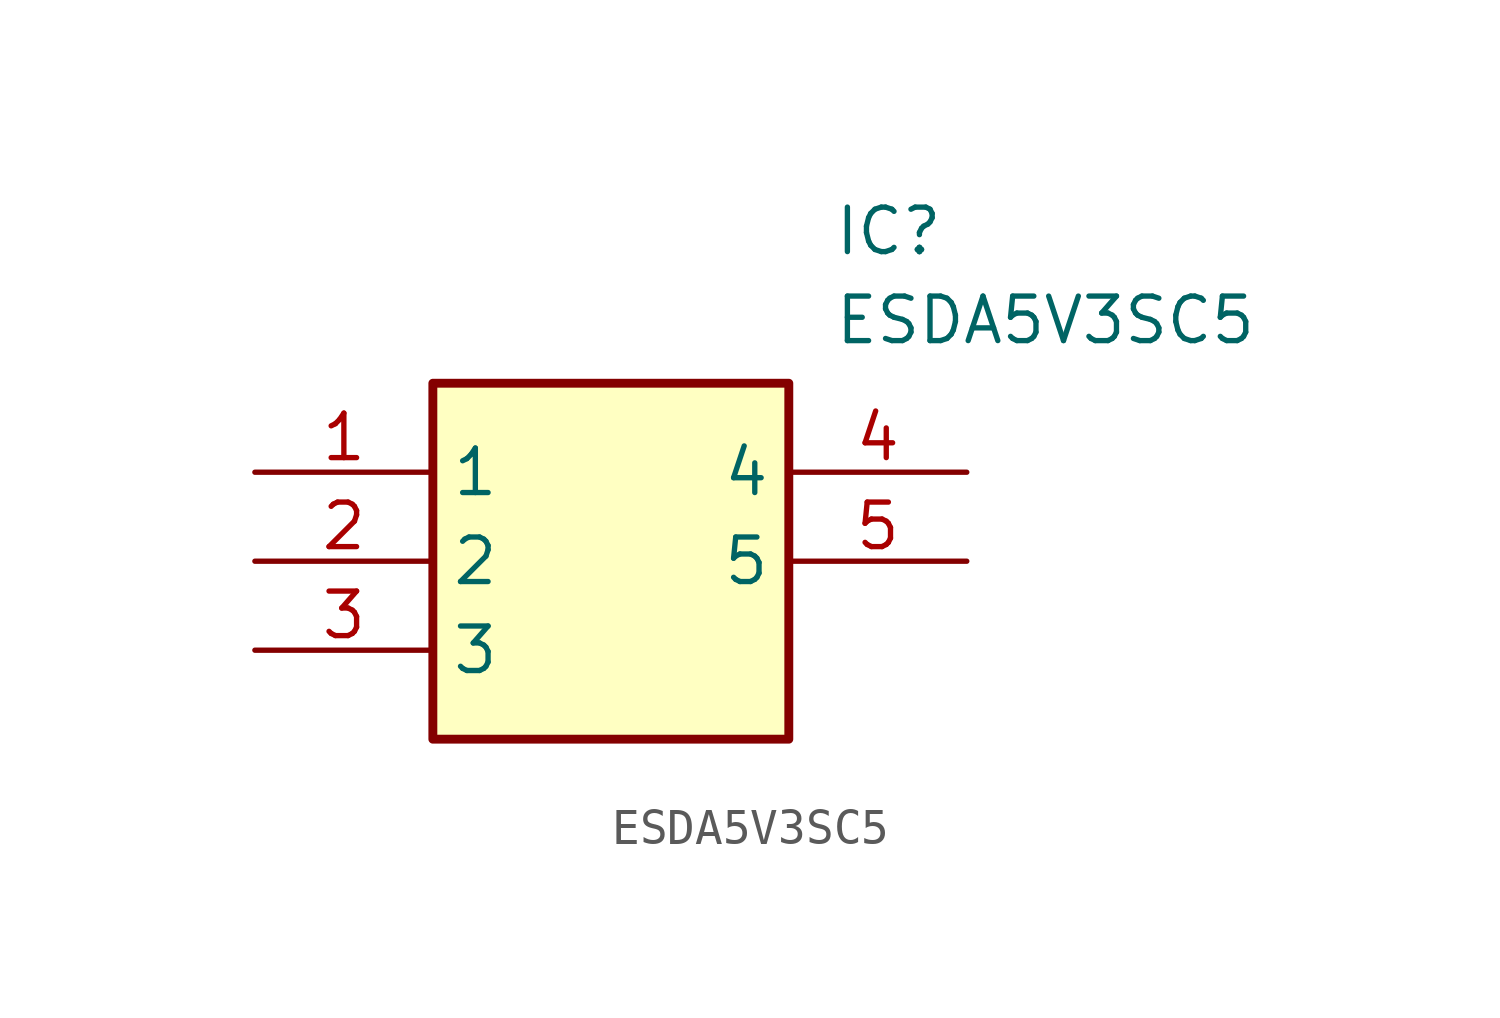
<source format=kicad_sym>
(kicad_symbol_lib
  (version 20211014)
  (generator SamacSys_ECAD_Model)
  (symbol "ESDA5V3SC5"
    (property "Reference" "IC"
      (at 16.51 7.62 0)
      (effects (font (size 1.27 1.27)) (justify left top)))
    (property "Value" "ESDA5V3SC5"
      (at 16.51 5.08 0)
      (effects (font (size 1.27 1.27)) (justify left top)))
    (rectangle
      (start 5.08 2.54)
      (end 15.24 -7.62)
      (stroke (width 0.254) (type default))
      (fill (type background)))
    (pin passive line
      (at 0 0 0)
      (length 5.08)
      (name "1" (effects (font (size 1.27 1.27))))
      (number "1" (effects (font (size 1.27 1.27)))))
    (pin passive line
      (at 0 -2.54 0)
      (length 5.08)
      (name "2" (effects (font (size 1.27 1.27))))
      (number "2" (effects (font (size 1.27 1.27)))))
    (pin passive line
      (at 0 -5.08 0)
      (length 5.08)
      (name "3" (effects (font (size 1.27 1.27))))
      (number "3" (effects (font (size 1.27 1.27)))))
    (pin passive line
      (at 20.32 0 180)
      (length 5.08)
      (name "4" (effects (font (size 1.27 1.27))))
      (number "4" (effects (font (size 1.27 1.27)))))
    (pin passive line
      (at 20.32 -2.54 180)
      (length 5.08)
      (name "5" (effects (font (size 1.27 1.27))))
      (number "5" (effects (font (size 1.27 1.27)))))))
</source>
